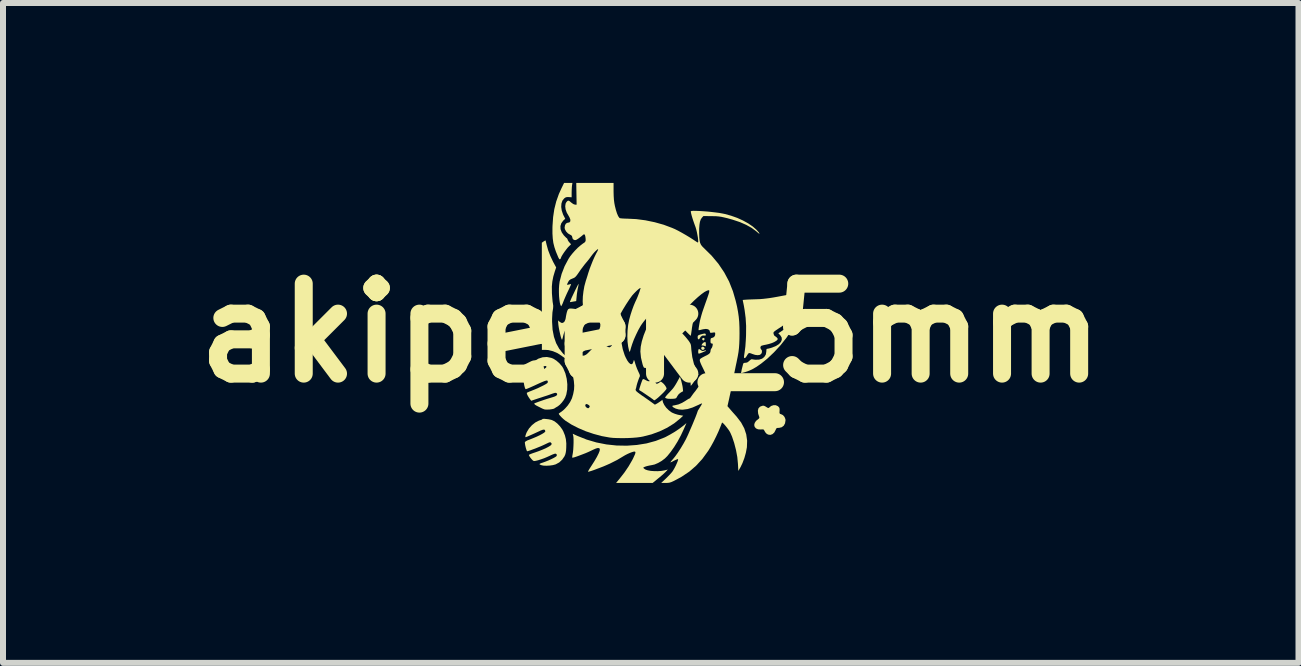
<source format=kicad_pcb>
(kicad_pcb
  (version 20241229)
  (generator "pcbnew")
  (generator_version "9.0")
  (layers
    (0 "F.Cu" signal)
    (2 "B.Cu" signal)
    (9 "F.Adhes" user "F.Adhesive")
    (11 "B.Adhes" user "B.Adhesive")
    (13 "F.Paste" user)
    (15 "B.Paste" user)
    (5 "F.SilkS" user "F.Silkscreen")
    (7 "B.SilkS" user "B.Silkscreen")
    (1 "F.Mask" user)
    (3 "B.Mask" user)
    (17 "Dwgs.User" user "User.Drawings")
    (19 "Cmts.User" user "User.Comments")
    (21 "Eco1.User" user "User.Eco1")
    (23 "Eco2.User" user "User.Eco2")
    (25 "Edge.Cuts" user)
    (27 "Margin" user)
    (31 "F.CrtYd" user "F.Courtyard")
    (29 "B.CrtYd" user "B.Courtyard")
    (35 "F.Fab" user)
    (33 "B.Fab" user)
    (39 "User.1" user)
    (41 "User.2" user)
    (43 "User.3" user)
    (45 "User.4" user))
  (footprint "akipeek_5mm"
    (layer "F.Cu")
    (at 7.8 2.501)
    (property "Reference" "akipeek_5mm" (at 0 0 0) (layer "F.SilkS") (effects (font (size 1.5 1.5) (thickness 0.3))))
    (attr board_only exclude_from_pos_files exclude_from_bom)
    (fp_poly (pts (xy 0.895 0.09) (xy 0.896 0.109) (xy 0.895 0.112) (xy 0.884 0.126) (xy 0.868 0.121) (xy 0.861 0.114) (xy 0.856 0.099) (xy 0.865 0.088) (xy 0.882 0.082)) (stroke (width 0) (type solid)) (fill yes) (layer "F.SilkS"))
    (fp_poly (pts (xy 0.877 0.231) (xy 0.894 0.244) (xy 0.899 0.259) (xy 0.892 0.271) (xy 0.877 0.281) (xy 0.866 0.283) (xy 0.857 0.279) (xy 0.852 0.277) (xy 0.842 0.264) (xy 0.842 0.246) (xy 0.854 0.232) (xy 0.856 0.23)) (stroke (width 0) (type solid)) (fill yes) (layer "F.SilkS"))
    (fp_poly (pts (xy 0.186 0.477) (xy 0.207 0.488) (xy 0.215 0.504) (xy 0.206 0.518) (xy 0.184 0.533) (xy 0.154 0.545) (xy 0.122 0.554) (xy 0.094 0.556) (xy 0.076 0.551) (xy 0.075 0.55) (xy 0.068 0.532) (xy 0.072 0.509) (xy 0.083 0.492) (xy 0.085 0.49) (xy 0.12 0.478) (xy 0.155 0.473)) (stroke (width 0) (type solid)) (fill yes) (layer "F.SilkS"))
    (fp_poly (pts (xy 0.917 0.161) (xy 0.918 0.184) (xy 0.918 0.187) (xy 0.918 0.211) (xy 0.916 0.223) (xy 0.916 0.224) (xy 0.906 0.22) (xy 0.89 0.214) (xy 0.867 0.209) (xy 0.853 0.21) (xy 0.846 0.209) (xy 0.851 0.196) (xy 0.856 0.186) (xy 0.874 0.165) (xy 0.895 0.154) (xy 0.895 0.154) (xy 0.91 0.153)) (stroke (width 0) (type solid)) (fill yes) (layer "F.SilkS"))
    (fp_poly (pts (xy 0.914 0.015) (xy 0.918 0.028) (xy 0.918 0.029) (xy 0.915 0.043) (xy 0.9 0.045) (xy 0.895 0.043) (xy 0.862 0.044) (xy 0.835 0.061) (xy 0.82 0.084) (xy 0.807 0.104) (xy 0.794 0.107) (xy 0.784 0.093) (xy 0.782 0.074) (xy 0.783 0.054) (xy 0.79 0.042) (xy 0.807 0.033) (xy 0.832 0.025) (xy 0.874 0.014) (xy 0.9 0.01)) (stroke (width 0) (type solid)) (fill yes) (layer "F.SilkS"))
    (fp_poly (pts (xy 0.814 0.271) (xy 0.83 0.283) (xy 0.856 0.3) (xy 0.884 0.299) (xy 0.899 0.293) (xy 0.915 0.288) (xy 0.918 0.293) (xy 0.916 0.303) (xy 0.915 0.303) (xy 0.904 0.306) (xy 0.882 0.316) (xy 0.857 0.327) (xy 0.828 0.338) (xy 0.806 0.345) (xy 0.797 0.345) (xy 0.792 0.33) (xy 0.791 0.306) (xy 0.794 0.283) (xy 0.8 0.269) (xy 0.801 0.269)) (stroke (width 0) (type solid)) (fill yes) (layer "F.SilkS"))
    (fp_poly (pts (xy -1.202 -0.819) (xy -1.204 -0.807) (xy -1.208 -0.781) (xy -1.215 -0.747) (xy -1.216 -0.745) (xy -1.224 -0.699) (xy -1.232 -0.646) (xy -1.236 -0.605) (xy -1.243 -0.531) (xy -1.296 -0.522) (xy -1.324 -0.517) (xy -1.344 -0.514) (xy -1.348 -0.514) (xy -1.344 -0.527) (xy -1.334 -0.552) (xy -1.319 -0.587) (xy -1.3 -0.627) (xy -1.279 -0.671) (xy -1.258 -0.715) (xy -1.238 -0.754) (xy -1.222 -0.787) (xy -1.209 -0.81) (xy -1.203 -0.819)) (stroke (width 0) (type solid)) (fill yes) (layer "F.SilkS"))
    (fp_poly (pts (xy 0.748 -0.381) (xy 0.731 -0.312) (xy 0.714 -0.234) (xy 0.699 -0.156) (xy 0.687 -0.085) (xy 0.683 -0.051) (xy 0.677 -0.01) (xy 0.672 0.023) (xy 0.668 0.043) (xy 0.665 0.047) (xy 0.657 0.04) (xy 0.637 0.022) (xy 0.61 -0.005) (xy 0.579 -0.037) (xy 0.547 -0.069) (xy 0.522 -0.096) (xy 0.504 -0.115) (xy 0.498 -0.123) (xy 0.504 -0.132) (xy 0.521 -0.152) (xy 0.546 -0.181) (xy 0.577 -0.216) (xy 0.61 -0.253) (xy 0.644 -0.291) (xy 0.675 -0.325) (xy 0.702 -0.354) (xy 0.722 -0.375) (xy 0.728 -0.381) (xy 0.755 -0.405)) (stroke (width 0) (type solid)) (fill yes) (layer "F.SilkS"))
    (fp_poly (pts (xy 0.508 0.797) (xy 0.519 0.841) (xy 0.529 0.886) (xy 0.534 0.918) (xy 0.539 0.972) (xy 0.5 0.994) (xy 0.468 1.019) (xy 0.446 1.049) (xy 0.433 1.073) (xy 0.422 1.088) (xy 0.42 1.089) (xy 0.401 1.095) (xy 0.37 1.098) (xy 0.333 1.099) (xy 0.297 1.098) (xy 0.278 1.096) (xy 0.254 1.089) (xy 0.24 1.08) (xy 0.239 1.077) (xy 0.246 1.065) (xy 0.263 1.043) (xy 0.288 1.015) (xy 0.304 0.999) (xy 0.341 0.959) (xy 0.37 0.926) (xy 0.394 0.893) (xy 0.418 0.855) (xy 0.446 0.806) (xy 0.448 0.802) (xy 0.487 0.73)) (stroke (width 0) (type solid)) (fill yes) (layer "F.SilkS"))
    (fp_poly (pts (xy -1.258 -0.061) (xy -1.242 -0.058) (xy -1.198 -0.046) (xy -1.172 -0.031) (xy -1.166 -0.016) (xy -1.171 -0.007) (xy -1.179 0.014) (xy -1.18 0.036) (xy -1.171 0.059) (xy -1.151 0.067) (xy -1.126 0.061) (xy -1.108 0.048) (xy -1.09 0.034) (xy -1.078 0.034) (xy -1.069 0.04) (xy -1.054 0.057) (xy -1.036 0.084) (xy -1.018 0.116) (xy -1.003 0.145) (xy -0.997 0.165) (xy -0.997 0.167) (xy -1.003 0.183) (xy -1.021 0.207) (xy -1.047 0.236) (xy -1.076 0.266) (xy -1.104 0.293) (xy -1.129 0.313) (xy -1.146 0.322) (xy -1.148 0.322) (xy -1.171 0.317) (xy -1.192 0.305) (xy -1.21 0.293) (xy -1.24 0.274) (xy -1.278 0.251) (xy -1.314 0.228) (xy -1.412 0.169) (xy -1.409 0.131) (xy -1.403 0.09) (xy -1.391 0.042) (xy -1.377 -0.005) (xy -1.362 -0.041) (xy -1.362 -0.041) (xy -1.349 -0.058) (xy -1.33 -0.067) (xy -1.301 -0.068)) (stroke (width 0) (type solid)) (fill yes) (layer "F.SilkS"))
    (fp_poly (pts (xy -1.293 -0.404) (xy -1.263 -0.4) (xy -1.247 -0.393) (xy -1.238 -0.379) (xy -1.231 -0.355) (xy -1.226 -0.327) (xy -1.227 -0.311) (xy -1.237 -0.299) (xy -1.248 -0.29) (xy -1.284 -0.26) (xy -1.32 -0.223) (xy -1.351 -0.187) (xy -1.372 -0.156) (xy -1.372 -0.155) (xy -1.401 -0.098) (xy -1.423 -0.054) (xy -1.438 -0.02) (xy -1.449 0.009) (xy -1.457 0.037) (xy -1.46 0.049) (xy -1.468 0.081) (xy -1.475 0.105) (xy -1.479 0.114) (xy -1.484 0.109) (xy -1.492 0.089) (xy -1.499 0.067) (xy -1.511 0.019) (xy -1.523 -0.034) (xy -1.533 -0.087) (xy -1.54 -0.134) (xy -1.543 -0.169) (xy -1.544 -0.174) (xy -1.544 -0.209) (xy -1.521 -0.187) (xy -1.491 -0.168) (xy -1.464 -0.168) (xy -1.441 -0.186) (xy -1.433 -0.201) (xy -1.422 -0.228) (xy -1.417 -0.252) (xy -1.417 -0.255) (xy -1.414 -0.274) (xy -1.408 -0.305) (xy -1.401 -0.337) (xy -1.39 -0.373) (xy -1.377 -0.395) (xy -1.357 -0.406) (xy -1.326 -0.407)) (stroke (width 0) (type solid)) (fill yes) (layer "F.SilkS"))
    (fp_poly (pts (xy -1.754 -1.542) (xy -1.751 -1.532) (xy -1.745 -1.507) (xy -1.737 -1.473) (xy -1.736 -1.469) (xy -1.711 -1.379) (xy -1.674 -1.283) (xy -1.629 -1.188) (xy -1.619 -1.169) (xy -1.577 -1.092) (xy -1.599 -1.027) (xy -1.625 -0.939) (xy -1.641 -0.857) (xy -1.649 -0.774) (xy -1.648 -0.681) (xy -1.648 -0.664) (xy -1.644 -0.611) (xy -1.64 -0.561) (xy -1.636 -0.519) (xy -1.631 -0.49) (xy -1.631 -0.488) (xy -1.626 -0.452) (xy -1.628 -0.413) (xy -1.633 -0.381) (xy -1.639 -0.344) (xy -1.642 -0.293) (xy -1.645 -0.234) (xy -1.645 -0.186) (xy -1.637 -0.054) (xy -1.614 0.065) (xy -1.578 0.17) (xy -1.527 0.263) (xy -1.461 0.345) (xy -1.402 0.398) (xy -1.381 0.417) (xy -1.377 0.427) (xy -1.39 0.429) (xy -1.421 0.423) (xy -1.44 0.414) (xy -1.466 0.397) (xy -1.48 0.386) (xy -1.551 0.339) (xy -1.63 0.305) (xy -1.712 0.285) (xy -1.765 0.282) (xy -1.815 0.283) (xy -1.816 -0.611) (xy -1.816 -1.504) (xy -1.787 -1.525) (xy -1.767 -1.537) (xy -1.755 -1.542)) (stroke (width 0) (type solid)) (fill yes) (layer "F.SilkS"))
    (fp_poly (pts (xy 0.049 0.761) (xy 0.059 0.762) (xy 0.071 0.766) (xy 0.076 0.78) (xy 0.075 0.797) (xy 0.079 0.83) (xy 0.092 0.846) (xy 0.114 0.845) (xy 0.137 0.832) (xy 0.167 0.81) (xy 0.195 0.83) (xy 0.218 0.851) (xy 0.24 0.878) (xy 0.257 0.906) (xy 0.264 0.927) (xy 0.264 0.927) (xy 0.257 0.942) (xy 0.238 0.965) (xy 0.211 0.995) (xy 0.178 1.027) (xy 0.144 1.059) (xy 0.111 1.088) (xy 0.083 1.11) (xy 0.064 1.122) (xy 0.058 1.123) (xy 0.046 1.116) (xy 0.044 1.114) (xy 0.035 1.106) (xy 0.012 1.09) (xy -0.019 1.068) (xy -0.057 1.042) (xy -0.098 1.014) (xy -0.138 0.987) (xy -0.175 0.964) (xy -0.193 0.952) (xy -0.192 0.942) (xy -0.186 0.919) (xy -0.176 0.888) (xy -0.165 0.853) (xy -0.153 0.819) (xy -0.143 0.792) (xy -0.135 0.776) (xy -0.134 0.774) (xy -0.124 0.769) (xy -0.106 0.775) (xy -0.082 0.788) (xy -0.048 0.804) (xy -0.024 0.806) (xy -0.008 0.792) (xy 0.000282 0.776) (xy 0.012 0.757) (xy 0.025 0.756)) (stroke (width 0) (type solid)) (fill yes) (layer "F.SilkS"))
    (fp_poly (pts (xy 0.459 -0.049) (xy 0.461 -0.048) (xy 0.482 -0.032) (xy 0.512 -0.005) (xy 0.546 0.029) (xy 0.581 0.068) (xy 0.612 0.106) (xy 0.629 0.127) (xy 0.648 0.155) (xy 0.661 0.177) (xy 0.669 0.199) (xy 0.673 0.228) (xy 0.676 0.269) (xy 0.677 0.281) (xy 0.692 0.402) (xy 0.72 0.517) (xy 0.759 0.618) (xy 0.794 0.693) (xy 0.751 0.764) (xy 0.729 0.8) (xy 0.707 0.833) (xy 0.69 0.855) (xy 0.688 0.859) (xy 0.667 0.883) (xy 0.662 0.803) (xy 0.658 0.755) (xy 0.65 0.717) (xy 0.635 0.678) (xy 0.623 0.652) (xy 0.576 0.576) (xy 0.518 0.506) (xy 0.452 0.447) (xy 0.426 0.428) (xy 0.377 0.401) (xy 0.322 0.377) (xy 0.267 0.361) (xy 0.22 0.352) (xy 0.209 0.352) (xy 0.186 0.35) (xy 0.178 0.342) (xy 0.183 0.324) (xy 0.196 0.301) (xy 0.212 0.276) (xy 0.233 0.242) (xy 0.255 0.206) (xy 0.256 0.205) (xy 0.278 0.171) (xy 0.308 0.128) (xy 0.341 0.081) (xy 0.369 0.042) (xy 0.4 0.001) (xy 0.423 -0.027) (xy 0.438 -0.043) (xy 0.45 -0.05)) (stroke (width 0) (type solid)) (fill yes) (layer "F.SilkS"))
    (fp_poly (pts (xy -1.313 -2.456) (xy -1.316 -2.422) (xy -1.318 -2.379) (xy -1.319 -2.336) (xy -1.319 -2.262) (xy -1.366 -2.265) (xy -1.399 -2.265) (xy -1.422 -2.258) (xy -1.444 -2.242) (xy -1.473 -2.206) (xy -1.489 -2.158) (xy -1.493 -2.101) (xy -1.484 -2.04) (xy -1.463 -1.978) (xy -1.456 -1.962) (xy -1.426 -1.904) (xy -1.459 -1.873) (xy -1.491 -1.83) (xy -1.506 -1.782) (xy -1.504 -1.73) (xy -1.484 -1.677) (xy -1.451 -1.629) (xy -1.428 -1.605) (xy -1.409 -1.586) (xy -1.4 -1.58) (xy -1.388 -1.565) (xy -1.387 -1.558) (xy -1.381 -1.543) (xy -1.366 -1.52) (xy -1.358 -1.511) (xy -1.329 -1.478) (xy -1.363 -1.445) (xy -1.386 -1.421) (xy -1.411 -1.389) (xy -1.438 -1.353) (xy -1.462 -1.318) (xy -1.481 -1.287) (xy -1.493 -1.265) (xy -1.495 -1.257) (xy -1.502 -1.239) (xy -1.509 -1.231) (xy -1.518 -1.227) (xy -1.527 -1.234) (xy -1.539 -1.255) (xy -1.547 -1.273) (xy -1.581 -1.355) (xy -1.606 -1.429) (xy -1.624 -1.501) (xy -1.634 -1.576) (xy -1.639 -1.658) (xy -1.639 -1.753) (xy -1.638 -1.783) (xy -1.628 -1.93) (xy -1.608 -2.064) (xy -1.576 -2.192) (xy -1.532 -2.316) (xy -1.489 -2.411) (xy -1.445 -2.501) (xy -1.376 -2.501) (xy -1.306 -2.501)) (stroke (width 0) (type solid)) (fill yes) (layer "F.SilkS"))
    (fp_poly (pts (xy 2.084 1.205) (xy 2.118 1.22) (xy 2.126 1.227) (xy 2.142 1.245) (xy 2.148 1.266) (xy 2.148 1.296) (xy 2.148 1.3) (xy 2.146 1.328) (xy 2.15 1.344) (xy 2.16 1.351) (xy 2.171 1.354) (xy 2.204 1.37) (xy 2.23 1.4) (xy 2.245 1.437) (xy 2.247 1.457) (xy 2.239 1.507) (xy 2.218 1.546) (xy 2.184 1.572) (xy 2.14 1.583) (xy 2.134 1.583) (xy 2.108 1.584) (xy 2.094 1.592) (xy 2.084 1.613) (xy 2.082 1.618) (xy 2.059 1.661) (xy 2.029 1.688) (xy 1.994 1.7) (xy 1.957 1.695) (xy 1.932 1.681) (xy 1.91 1.657) (xy 1.896 1.633) (xy 1.888 1.617) (xy 1.877 1.609) (xy 1.856 1.608) (xy 1.836 1.61) (xy 1.789 1.607) (xy 1.755 1.592) (xy 1.733 1.567) (xy 1.725 1.535) (xy 1.733 1.501) (xy 1.756 1.466) (xy 1.781 1.446) (xy 1.806 1.425) (xy 1.811 1.409) (xy 1.811 1.407) (xy 1.791 1.347) (xy 1.786 1.297) (xy 1.795 1.259) (xy 1.819 1.232) (xy 1.833 1.225) (xy 1.864 1.214) (xy 1.887 1.214) (xy 1.911 1.225) (xy 1.927 1.235) (xy 1.95 1.249) (xy 1.964 1.252) (xy 1.973 1.246) (xy 1.975 1.244) (xy 2.007 1.218) (xy 2.045 1.205)) (stroke (width 0) (type solid)) (fill yes) (layer "F.SilkS"))
    (fp_poly (pts (xy 2.423 -0.176) (xy 2.351 -0.049) (xy 2.263 0.08) (xy 2.164 0.205) (xy 2.055 0.323) (xy 1.942 0.43) (xy 1.841 0.511) (xy 1.762 0.566) (xy 1.689 0.608) (xy 1.619 0.638) (xy 1.571 0.654) (xy 1.505 0.672) (xy 1.511 0.642) (xy 1.517 0.608) (xy 1.524 0.581) (xy 1.532 0.55) (xy 1.538 0.525) (xy 1.545 0.506) (xy 1.56 0.499) (xy 1.577 0.498) (xy 1.607 0.493) (xy 1.635 0.473) (xy 1.642 0.466) (xy 1.663 0.448) (xy 1.68 0.439) (xy 1.685 0.438) (xy 1.7 0.441) (xy 1.727 0.445) (xy 1.747 0.447) (xy 1.807 0.445) (xy 1.857 0.429) (xy 1.894 0.399) (xy 1.919 0.359) (xy 1.927 0.309) (xy 1.927 0.307) (xy 1.928 0.28) (xy 1.933 0.267) (xy 1.945 0.264) (xy 1.945 0.264) (xy 1.964 0.261) (xy 1.994 0.253) (xy 2.023 0.244) (xy 2.089 0.217) (xy 2.138 0.186) (xy 2.17 0.151) (xy 2.185 0.115) (xy 2.183 0.078) (xy 2.161 0.041) (xy 2.152 0.031) (xy 2.127 0.006) (xy 2.15 -0.009) (xy 2.177 -0.027) (xy 2.211 -0.052) (xy 2.249 -0.081) (xy 2.288 -0.11) (xy 2.323 -0.138) (xy 2.352 -0.161) (xy 2.37 -0.176) (xy 2.373 -0.179) (xy 2.389 -0.195) (xy 2.413 -0.217) (xy 2.425 -0.227) (xy 2.464 -0.257)) (stroke (width 0) (type solid)) (fill yes) (layer "F.SilkS"))
    (fp_poly (pts (xy 2.495 -0.665) (xy 2.498 -0.639) (xy 2.5 -0.598) (xy 2.501 -0.546) (xy 2.501 -0.53) (xy 2.501 -0.385) (xy 2.415 -0.302) (xy 2.35 -0.239) (xy 2.29 -0.187) (xy 2.23 -0.14) (xy 2.163 -0.094) (xy 2.13 -0.073) (xy 2.091 -0.047) (xy 2.066 -0.029) (xy 2.052 -0.016) (xy 2.046 -0.005) (xy 2.046 0.007) (xy 2.048 0.014) (xy 2.055 0.036) (xy 2.063 0.047) (xy 2.063 0.047) (xy 2.076 0.056) (xy 2.096 0.071) (xy 2.097 0.072) (xy 2.114 0.09) (xy 2.116 0.104) (xy 2.112 0.114) (xy 2.094 0.131) (xy 2.062 0.15) (xy 2.019 0.169) (xy 1.971 0.184) (xy 1.921 0.196) (xy 1.92 0.196) (xy 1.884 0.203) (xy 1.855 0.211) (xy 1.839 0.217) (xy 1.839 0.217) (xy 1.828 0.237) (xy 1.831 0.26) (xy 1.841 0.274) (xy 1.854 0.296) (xy 1.853 0.325) (xy 1.841 0.35) (xy 1.818 0.366) (xy 1.783 0.371) (xy 1.74 0.366) (xy 1.695 0.351) (xy 1.667 0.34) (xy 1.644 0.335) (xy 1.636 0.336) (xy 1.624 0.347) (xy 1.608 0.37) (xy 1.602 0.381) (xy 1.587 0.404) (xy 1.572 0.418) (xy 1.567 0.42) (xy 1.558 0.417) (xy 1.555 0.406) (xy 1.556 0.382) (xy 1.558 0.369) (xy 1.564 0.33) (xy 1.57 0.284) (xy 1.574 0.254) (xy 1.578 0.222) (xy 1.581 0.176) (xy 1.585 0.12) (xy 1.588 0.06) (xy 1.589 0.026) (xy 1.59 -0.117) (xy 1.582 -0.25) (xy 1.565 -0.381) (xy 1.553 -0.451) (xy 1.545 -0.491) (xy 1.538 -0.524) (xy 1.534 -0.545) (xy 1.534 -0.55) (xy 1.543 -0.551) (xy 1.569 -0.553) (xy 1.608 -0.556) (xy 1.657 -0.558) (xy 1.712 -0.56) (xy 1.77 -0.562) (xy 1.823 -0.564) (xy 1.873 -0.568) (xy 1.925 -0.574) (xy 1.98 -0.581) (xy 2.043 -0.591) (xy 2.116 -0.604) (xy 2.201 -0.62) (xy 2.303 -0.639) (xy 2.304 -0.639) (xy 2.361 -0.65) (xy 2.411 -0.66) (xy 2.452 -0.667) (xy 2.48 -0.672) (xy 2.492 -0.674)) (stroke (width 0) (type solid)) (fill yes) (layer "F.SilkS"))
    (fp_poly (pts (xy 0.551 1.604) (xy 0.502 1.709) (xy 0.448 1.809) (xy 0.391 1.901) (xy 0.333 1.983) (xy 0.277 2.052) (xy 0.236 2.093) (xy 0.182 2.134) (xy 0.123 2.168) (xy 0.065 2.193) (xy 0.021 2.203) (xy -0.023 2.211) (xy -0.063 2.22) (xy -0.097 2.231) (xy -0.118 2.241) (xy -0.125 2.249) (xy -0.114 2.26) (xy -0.093 2.275) (xy -0.083 2.28) (xy -0.049 2.291) (xy -0.001 2.3) (xy 0.056 2.304) (xy 0.115 2.305) (xy 0.173 2.301) (xy 0.222 2.293) (xy 0.223 2.293) (xy 0.285 2.278) (xy 0.248 2.317) (xy 0.224 2.34) (xy 0.191 2.37) (xy 0.152 2.403) (xy 0.121 2.428) (xy 0.032 2.501) (xy -0.273 2.501) (xy -0.578 2.501) (xy -0.515 2.425) (xy -0.438 2.326) (xy -0.369 2.224) (xy -0.312 2.126) (xy -0.296 2.096) (xy -0.275 2.05) (xy -0.261 2.019) (xy -0.256 1.998) (xy -0.256 1.986) (xy -0.263 1.979) (xy -0.263 1.979) (xy -0.279 1.978) (xy -0.306 1.985) (xy -0.342 1.998) (xy -0.381 2.015) (xy -0.417 2.033) (xy -0.435 2.043) (xy -0.559 2.117) (xy -0.682 2.179) (xy -0.743 2.206) (xy -0.79 2.226) (xy -0.842 2.246) (xy -0.895 2.266) (xy -0.945 2.285) (xy -0.989 2.3) (xy -1.023 2.31) (xy -1.043 2.315) (xy -1.046 2.315) (xy -1.044 2.308) (xy -1.034 2.287) (xy -1.016 2.257) (xy -0.995 2.225) (xy -0.94 2.139) (xy -0.898 2.067) (xy -0.869 2.009) (xy -0.852 1.966) (xy -0.849 1.937) (xy -0.855 1.925) (xy -0.869 1.919) (xy -0.891 1.92) (xy -0.922 1.93) (xy -0.967 1.95) (xy -1.006 1.969) (xy -1.041 1.985) (xy -1.085 2.004) (xy -1.134 2.023) (xy -1.184 2.042) (xy -1.23 2.059) (xy -1.269 2.072) (xy -1.296 2.079) (xy -1.306 2.081) (xy -1.31 2.072) (xy -1.307 2.046) (xy -1.303 2.025) (xy -1.297 1.989) (xy -1.292 1.942) (xy -1.289 1.887) (xy -1.287 1.832) (xy -1.287 1.78) (xy -1.289 1.738) (xy -1.293 1.712) (xy -1.301 1.681) (xy -1.225 1.716) (xy -1.069 1.778) (xy -0.906 1.826) (xy -0.739 1.859) (xy -0.569 1.877) (xy -0.399 1.88) (xy -0.232 1.868) (xy -0.07 1.842) (xy 0.084 1.8) (xy 0.23 1.743) (xy 0.251 1.733) (xy 0.325 1.693) (xy 0.403 1.647) (xy 0.477 1.597) (xy 0.542 1.548) (xy 0.549 1.542) (xy 0.595 1.503)) (stroke (width 0) (type solid)) (fill yes) (layer "F.SilkS"))
    (fp_poly (pts (xy -1.744 1.435) (xy -1.708 1.439) (xy -1.673 1.446) (xy -1.649 1.452) (xy -1.604 1.474) (xy -1.558 1.51) (xy -1.514 1.556) (xy -1.476 1.608) (xy -1.458 1.641) (xy -1.431 1.708) (xy -1.415 1.772) (xy -1.408 1.842) (xy -1.409 1.911) (xy -1.412 1.962) (xy -1.418 1.999) (xy -1.426 2.029) (xy -1.439 2.058) (xy -1.477 2.113) (xy -1.526 2.159) (xy -1.583 2.19) (xy -1.591 2.193) (xy -1.632 2.204) (xy -1.682 2.211) (xy -1.734 2.214) (xy -1.782 2.213) (xy -1.817 2.207) (xy -1.844 2.197) (xy -1.855 2.189) (xy -1.849 2.18) (xy -1.825 2.17) (xy -1.795 2.16) (xy -1.751 2.144) (xy -1.704 2.125) (xy -1.658 2.104) (xy -1.617 2.084) (xy -1.587 2.066) (xy -1.574 2.057) (xy -1.565 2.038) (xy -1.572 2.02) (xy -1.591 2.012) (xy -1.592 2.012) (xy -1.61 2.017) (xy -1.64 2.028) (xy -1.675 2.044) (xy -1.681 2.047) (xy -1.727 2.068) (xy -1.777 2.089) (xy -1.828 2.107) (xy -1.875 2.122) (xy -1.915 2.132) (xy -1.943 2.136) (xy -1.951 2.135) (xy -1.967 2.125) (xy -1.988 2.103) (xy -2.009 2.077) (xy -2.025 2.052) (xy -2.032 2.035) (xy -2.032 2.034) (xy -2.023 2.028) (xy -1.999 2.017) (xy -1.964 2.004) (xy -1.922 1.99) (xy -1.863 1.969) (xy -1.805 1.946) (xy -1.752 1.923) (xy -1.708 1.9) (xy -1.675 1.88) (xy -1.657 1.864) (xy -1.657 1.863) (xy -1.652 1.846) (xy -1.662 1.831) (xy -1.671 1.824) (xy -1.682 1.823) (xy -1.7 1.828) (xy -1.728 1.841) (xy -1.755 1.854) (xy -1.787 1.869) (xy -1.829 1.888) (xy -1.876 1.907) (xy -1.925 1.927) (xy -1.972 1.944) (xy -2.012 1.959) (xy -2.043 1.969) (xy -2.06 1.973) (xy -2.06 1.973) (xy -2.067 1.965) (xy -2.075 1.942) (xy -2.084 1.912) (xy -2.092 1.878) (xy -2.097 1.848) (xy -2.099 1.826) (xy -2.099 1.822) (xy -2.087 1.809) (xy -2.059 1.793) (xy -2.022 1.779) (xy -1.962 1.755) (xy -1.905 1.731) (xy -1.854 1.707) (xy -1.811 1.684) (xy -1.779 1.664) (xy -1.761 1.648) (xy -1.758 1.642) (xy -1.763 1.621) (xy -1.777 1.611) (xy -1.803 1.615) (xy -1.842 1.63) (xy -1.847 1.633) (xy -1.884 1.65) (xy -1.927 1.67) (xy -1.971 1.69) (xy -2.012 1.708) (xy -2.048 1.724) (xy -2.074 1.734) (xy -2.086 1.739) (xy -2.086 1.739) (xy -2.091 1.731) (xy -2.088 1.709) (xy -2.077 1.678) (xy -2.067 1.654) (xy -2.03 1.593) (xy -1.981 1.538) (xy -1.925 1.493) (xy -1.865 1.462) (xy -1.834 1.452) (xy -1.815 1.445) (xy -1.807 1.438) (xy -1.799 1.433) (xy -1.776 1.432)) (stroke (width 0) (type solid)) (fill yes) (layer "F.SilkS"))
    (fp_poly (pts (xy -1.661 0.415) (xy -1.627 0.428) (xy -1.573 0.462) (xy -1.521 0.508) (xy -1.477 0.56) (xy -1.458 0.592) (xy -1.423 0.676) (xy -1.401 0.765) (xy -1.391 0.857) (xy -1.393 0.945) (xy -1.408 1.027) (xy -1.428 1.081) (xy -1.452 1.121) (xy -1.483 1.162) (xy -1.517 1.198) (xy -1.55 1.224) (xy -1.557 1.228) (xy -1.583 1.243) (xy -1.605 1.258) (xy -1.605 1.258) (xy -1.623 1.266) (xy -1.654 1.272) (xy -1.692 1.277) (xy -1.73 1.278) (xy -1.762 1.277) (xy -1.778 1.273) (xy -1.806 1.262) (xy -1.84 1.245) (xy -1.876 1.227) (xy -1.907 1.211) (xy -1.927 1.198) (xy -1.929 1.197) (xy -1.941 1.184) (xy -1.942 1.176) (xy -1.93 1.17) (xy -1.903 1.16) (xy -1.866 1.146) (xy -1.822 1.131) (xy -1.776 1.115) (xy -1.73 1.1) (xy -1.71 1.094) (xy -1.67 1.082) (xy -1.632 1.07) (xy -1.609 1.063) (xy -1.578 1.049) (xy -1.561 1.032) (xy -1.562 1.014) (xy -1.569 1.005) (xy -1.581 0.999) (xy -1.597 0.999) (xy -1.623 1.007) (xy -1.645 1.014) (xy -1.686 1.029) (xy -1.729 1.044) (xy -1.754 1.052) (xy -1.785 1.062) (xy -1.827 1.076) (xy -1.874 1.091) (xy -1.898 1.099) (xy -1.993 1.131) (xy -2.016 1.101) (xy -2.039 1.067) (xy -2.057 1.035) (xy -2.066 1.011) (xy -2.065 0.997) (xy -2.065 0.997) (xy -2.052 0.991) (xy -2.026 0.979) (xy -1.992 0.966) (xy -1.983 0.962) (xy -1.933 0.942) (xy -1.881 0.92) (xy -1.832 0.896) (xy -1.787 0.874) (xy -1.751 0.854) (xy -1.727 0.838) (xy -1.719 0.83) (xy -1.716 0.809) (xy -1.72 0.801) (xy -1.725 0.795) (xy -1.734 0.793) (xy -1.749 0.796) (xy -1.772 0.803) (xy -1.804 0.816) (xy -1.85 0.836) (xy -1.909 0.863) (xy -1.941 0.878) (xy -1.988 0.899) (xy -2.029 0.917) (xy -2.061 0.93) (xy -2.081 0.937) (xy -2.084 0.938) (xy -2.093 0.929) (xy -2.101 0.906) (xy -2.109 0.875) (xy -2.115 0.841) (xy -2.118 0.809) (xy -2.116 0.786) (xy -2.116 0.783) (xy -2.104 0.771) (xy -2.074 0.752) (xy -2.026 0.726) (xy -1.96 0.693) (xy -1.924 0.675) (xy -1.857 0.643) (xy -1.807 0.617) (xy -1.771 0.596) (xy -1.749 0.581) (xy -1.74 0.569) (xy -1.74 0.559) (xy -1.747 0.553) (xy -1.763 0.551) (xy -1.794 0.559) (xy -1.839 0.576) (xy -1.899 0.602) (xy -1.962 0.631) (xy -2.017 0.657) (xy -2.057 0.675) (xy -2.084 0.687) (xy -2.1 0.692) (xy -2.108 0.692) (xy -2.11 0.689) (xy -2.104 0.668) (xy -2.088 0.637) (xy -2.065 0.601) (xy -2.038 0.564) (xy -2.01 0.531) (xy -1.943 0.471) (xy -1.874 0.429) (xy -1.803 0.406) (xy -1.732 0.401)) (stroke (width 0) (type solid)) (fill yes) (layer "F.SilkS"))
    (fp_poly (pts (xy -0.483 -0.124) (xy -0.486 -0.1) (xy -0.489 -0.065) (xy -0.49 -0.059) (xy -0.496 0.05) (xy -0.488 0.162) (xy -0.467 0.271) (xy -0.435 0.371) (xy -0.419 0.407) (xy -0.391 0.46) (xy -0.364 0.497) (xy -0.339 0.518) (xy -0.318 0.522) (xy -0.301 0.509) (xy -0.289 0.478) (xy -0.289 0.477) (xy -0.284 0.457) (xy -0.279 0.453) (xy -0.272 0.466) (xy -0.263 0.495) (xy -0.258 0.514) (xy -0.245 0.553) (xy -0.228 0.598) (xy -0.209 0.641) (xy -0.192 0.677) (xy -0.183 0.7) (xy -0.181 0.716) (xy -0.184 0.73) (xy -0.189 0.739) (xy -0.199 0.764) (xy -0.212 0.8) (xy -0.225 0.839) (xy -0.235 0.875) (xy -0.24 0.899) (xy -0.245 0.921) (xy -0.249 0.931) (xy -0.253 0.944) (xy -0.25 0.958) (xy -0.239 0.973) (xy -0.217 0.992) (xy -0.183 1.018) (xy -0.145 1.045) (xy -0.099 1.076) (xy -0.054 1.108) (xy -0.013 1.137) (xy 0.012 1.155) (xy 0.069 1.196) (xy 0.105 1.177) (xy 0.135 1.158) (xy 0.164 1.138) (xy 0.167 1.136) (xy 0.193 1.114) (xy 0.205 1.159) (xy 0.225 1.201) (xy 0.257 1.246) (xy 0.299 1.288) (xy 0.344 1.322) (xy 0.365 1.333) (xy 0.404 1.349) (xy 0.45 1.363) (xy 0.479 1.369) (xy 0.541 1.38) (xy 0.491 1.427) (xy 0.39 1.508) (xy 0.275 1.58) (xy 0.148 1.641) (xy 0.012 1.691) (xy -0.128 1.727) (xy -0.171 1.735) (xy -0.232 1.743) (xy -0.307 1.749) (xy -0.389 1.753) (xy -0.474 1.754) (xy -0.555 1.753) (xy -0.628 1.75) (xy -0.685 1.744) (xy -0.817 1.72) (xy -0.951 1.684) (xy -1.082 1.64) (xy -1.206 1.587) (xy -1.32 1.529) (xy -1.418 1.466) (xy -1.424 1.462) (xy -1.456 1.436) (xy -1.487 1.407) (xy -1.512 1.38) (xy -1.529 1.358) (xy -1.534 1.346) (xy -1.526 1.339) (xy -1.507 1.325) (xy -1.489 1.313) (xy -1.462 1.292) (xy -1.429 1.261) (xy -1.397 1.225) (xy -1.387 1.213) (xy -1.092 1.213) (xy -1.082 1.234) (xy -1.073 1.242) (xy -1.05 1.255) (xy -1.034 1.253) (xy -1.022 1.237) (xy -1.017 1.223) (xy -1.027 1.208) (xy -1.036 1.201) (xy -1.057 1.189) (xy -1.075 1.185) (xy -1.089 1.195) (xy -1.092 1.213) (xy -1.387 1.213) (xy -1.386 1.213) (xy -1.345 1.153) (xy -1.314 1.09) (xy -1.293 1.018) (xy -1.279 0.944) (xy -1.276 0.878) (xy -1.282 0.802) (xy -1.296 0.721) (xy -1.317 0.642) (xy -1.343 0.572) (xy -1.366 0.52) (xy -1.307 0.515) (xy -1.262 0.507) (xy -1.22 0.491) (xy -1.186 0.471) (xy -1.164 0.449) (xy -1.158 0.43) (xy -1.158 0.419) (xy -1.162 0.41) (xy -1.172 0.401) (xy -1.192 0.39) (xy -1.224 0.375) (xy -1.253 0.362) (xy -1.283 0.345) (xy -1.316 0.324) (xy -1.35 0.299) (xy -1.38 0.275) (xy -1.403 0.254) (xy -1.416 0.238) (xy -1.416 0.231) (xy -1.407 0.234) (xy -1.384 0.247) (xy -1.351 0.266) (xy -1.31 0.291) (xy -1.29 0.304) (xy -1.235 0.338) (xy -1.192 0.362) (xy -1.158 0.376) (xy -1.131 0.38) (xy -1.107 0.376) (xy -1.084 0.365) (xy -1.074 0.359) (xy -1.055 0.343) (xy -1.027 0.316) (xy -0.993 0.281) (xy -0.958 0.242) (xy -0.953 0.237) (xy -0.917 0.196) (xy -0.892 0.169) (xy -0.874 0.153) (xy -0.862 0.147) (xy -0.854 0.147) (xy -0.851 0.15) (xy -0.835 0.161) (xy -0.808 0.178) (xy -0.774 0.199) (xy -0.764 0.204) (xy -0.73 0.225) (xy -0.707 0.236) (xy -0.692 0.24) (xy -0.68 0.237) (xy -0.669 0.23) (xy -0.652 0.214) (xy -0.645 0.2) (xy -0.641 0.188) (xy -0.63 0.163) (xy -0.614 0.128) (xy -0.594 0.085) (xy -0.572 0.039) (xy -0.55 -0.007) (xy -0.528 -0.051) (xy -0.509 -0.088) (xy -0.494 -0.117) (xy -0.485 -0.132) (xy -0.483 -0.134)) (stroke (width 0) (type solid)) (fill yes) (layer "F.SilkS"))
    (fp_poly (pts (xy -0.62 -2.357) (xy -0.618 -2.282) (xy -0.614 -2.22) (xy -0.607 -2.165) (xy -0.598 -2.118) (xy -0.581 -2.05) (xy -0.563 -1.993) (xy -0.544 -1.949) (xy -0.526 -1.922) (xy -0.517 -1.914) (xy -0.501 -1.911) (xy -0.469 -1.908) (xy -0.428 -1.906) (xy -0.389 -1.905) (xy -0.243 -1.898) (xy -0.09 -1.878) (xy 0.065 -1.846) (xy 0.215 -1.804) (xy 0.354 -1.752) (xy 0.401 -1.732) (xy 0.455 -1.705) (xy 0.519 -1.67) (xy 0.587 -1.631) (xy 0.653 -1.591) (xy 0.711 -1.554) (xy 0.736 -1.537) (xy 0.762 -1.52) (xy 0.781 -1.509) (xy 0.788 -1.508) (xy 0.792 -1.522) (xy 0.79 -1.551) (xy 0.786 -1.59) (xy 0.778 -1.635) (xy 0.769 -1.682) (xy 0.758 -1.727) (xy 0.747 -1.764) (xy 0.741 -1.78) (xy 0.726 -1.821) (xy 0.71 -1.867) (xy 0.695 -1.913) (xy 0.682 -1.957) (xy 0.673 -1.993) (xy 0.668 -2.019) (xy 0.668 -2.029) (xy 0.683 -2.034) (xy 0.714 -2.036) (xy 0.759 -2.035) (xy 0.814 -2.033) (xy 0.877 -2.029) (xy 0.944 -2.024) (xy 1.012 -2.017) (xy 1.079 -2.009) (xy 1.142 -2.001) (xy 1.197 -1.991) (xy 1.236 -1.983) (xy 1.341 -1.954) (xy 1.442 -1.918) (xy 1.537 -1.875) (xy 1.624 -1.827) (xy 1.699 -1.776) (xy 1.76 -1.723) (xy 1.799 -1.679) (xy 1.811 -1.66) (xy 1.813 -1.653) (xy 1.802 -1.658) (xy 1.779 -1.677) (xy 1.757 -1.696) (xy 1.681 -1.752) (xy 1.591 -1.802) (xy 1.486 -1.848) (xy 1.363 -1.889) (xy 1.281 -1.912) (xy 1.222 -1.926) (xy 1.176 -1.936) (xy 1.133 -1.942) (xy 1.089 -1.946) (xy 1.034 -1.947) (xy 1.013 -1.947) (xy 0.878 -1.949) (xy 0.85 -1.918) (xy 0.833 -1.891) (xy 0.82 -1.853) (xy 0.812 -1.803) (xy 0.807 -1.737) (xy 0.807 -1.661) (xy 0.809 -1.593) (xy 0.814 -1.542) (xy 0.823 -1.502) (xy 0.838 -1.469) (xy 0.86 -1.441) (xy 0.881 -1.42) (xy 1.014 -1.289) (xy 1.128 -1.153) (xy 1.225 -1.009) (xy 1.306 -0.857) (xy 1.37 -0.695) (xy 1.416 -0.536) (xy 1.439 -0.439) (xy 1.455 -0.352) (xy 1.467 -0.269) (xy 1.475 -0.185) (xy 1.479 -0.092) (xy 1.48 0.005) (xy 1.479 0.099) (xy 1.476 0.178) (xy 1.471 0.25) (xy 1.463 0.318) (xy 1.451 0.388) (xy 1.435 0.466) (xy 1.43 0.492) (xy 1.42 0.538) (xy 1.408 0.597) (xy 1.394 0.664) (xy 1.381 0.733) (xy 1.372 0.78) (xy 1.358 0.85) (xy 1.344 0.923) (xy 1.329 0.995) (xy 1.315 1.059) (xy 1.308 1.092) (xy 1.279 1.221) (xy 1.335 1.286) (xy 1.368 1.324) (xy 1.403 1.363) (xy 1.433 1.397) (xy 1.436 1.401) (xy 1.507 1.494) (xy 1.559 1.591) (xy 1.592 1.691) (xy 1.607 1.797) (xy 1.603 1.907) (xy 1.602 1.912) (xy 1.586 1.997) (xy 1.561 2.086) (xy 1.529 2.171) (xy 1.497 2.237) (xy 1.46 2.301) (xy 1.454 2.183) (xy 1.443 2.069) (xy 1.421 1.951) (xy 1.391 1.835) (xy 1.355 1.728) (xy 1.328 1.666) (xy 1.314 1.64) (xy 1.293 1.609) (xy 1.268 1.576) (xy 1.243 1.545) (xy 1.22 1.519) (xy 1.201 1.501) (xy 1.19 1.494) (xy 1.189 1.495) (xy 1.184 1.506) (xy 1.175 1.53) (xy 1.162 1.563) (xy 1.158 1.573) (xy 1.129 1.643) (xy 1.092 1.723) (xy 1.05 1.807) (xy 1.006 1.887) (xy 0.964 1.957) (xy 0.953 1.973) (xy 0.859 2.102) (xy 0.756 2.214) (xy 0.643 2.312) (xy 0.516 2.397) (xy 0.423 2.448) (xy 0.378 2.471) (xy 0.345 2.486) (xy 0.318 2.495) (xy 0.294 2.499) (xy 0.265 2.501) (xy 0.247 2.501) (xy 0.174 2.501) (xy 0.247 2.433) (xy 0.283 2.397) (xy 0.32 2.359) (xy 0.35 2.325) (xy 0.36 2.313) (xy 0.378 2.285) (xy 0.398 2.25) (xy 0.418 2.211) (xy 0.435 2.173) (xy 0.449 2.139) (xy 0.456 2.115) (xy 0.455 2.103) (xy 0.445 2.105) (xy 0.422 2.114) (xy 0.392 2.128) (xy 0.362 2.144) (xy 0.339 2.155) (xy 0.327 2.159) (xy 0.33 2.152) (xy 0.343 2.135) (xy 0.364 2.111) (xy 0.367 2.108) (xy 0.407 2.059) (xy 0.452 1.996) (xy 0.499 1.924) (xy 0.545 1.847) (xy 0.588 1.769) (xy 0.589 1.766) (xy 0.604 1.735) (xy 0.624 1.692) (xy 0.646 1.641) (xy 0.67 1.586) (xy 0.695 1.528) (xy 0.719 1.47) (xy 0.741 1.417) (xy 0.759 1.371) (xy 0.772 1.335) (xy 0.78 1.312) (xy 0.782 1.306) (xy 0.786 1.295) (xy 0.8 1.273) (xy 0.818 1.244) (xy 0.821 1.239) (xy 0.839 1.21) (xy 0.852 1.187) (xy 0.856 1.175) (xy 0.856 1.175) (xy 0.846 1.177) (xy 0.823 1.186) (xy 0.793 1.201) (xy 0.79 1.202) (xy 0.698 1.243) (xy 0.615 1.269) (xy 0.539 1.279) (xy 0.523 1.28) (xy 0.465 1.275) (xy 0.415 1.261) (xy 0.377 1.241) (xy 0.364 1.229) (xy 0.359 1.219) (xy 0.365 1.213) (xy 0.387 1.208) (xy 0.397 1.207) (xy 0.461 1.192) (xy 0.522 1.166) (xy 0.579 1.132) (xy 0.608 1.113) (xy 0.631 1.099) (xy 0.644 1.094) (xy 0.644 1.094) (xy 0.655 1.087) (xy 0.669 1.069) (xy 0.671 1.066) (xy 0.686 1.045) (xy 0.708 1.014) (xy 0.734 0.981) (xy 0.738 0.977) (xy 0.768 0.936) (xy 0.801 0.889) (xy 0.827 0.846) (xy 0.85 0.809) (xy 0.873 0.773) (xy 0.891 0.746) (xy 0.893 0.743) (xy 0.909 0.72) (xy 0.918 0.701) (xy 0.918 0.697) (xy 0.914 0.683) (xy 0.903 0.656) (xy 0.886 0.62) (xy 0.873 0.593) (xy 0.847 0.54) (xy 0.83 0.501) (xy 0.82 0.473) (xy 0.817 0.454) (xy 0.82 0.44) (xy 0.822 0.437) (xy 0.834 0.426) (xy 0.86 0.41) (xy 0.893 0.393) (xy 0.896 0.391) (xy 0.941 0.369) (xy 0.971 0.35) (xy 0.988 0.332) (xy 0.995 0.313) (xy 0.996 0.3) (xy 1.001 0.275) (xy 1.01 0.26) (xy 1.021 0.244) (xy 1.03 0.217) (xy 1.031 0.212) (xy 1.034 0.189) (xy 1.03 0.178) (xy 1.018 0.176) (xy 1.017 0.176) (xy 1.004 0.173) (xy 0.998 0.162) (xy 0.996 0.138) (xy 0.996 0.132) (xy 0.998 0.104) (xy 1.003 0.09) (xy 1.017 0.084) (xy 1.026 0.082) (xy 1.056 0.068) (xy 1.072 0.041) (xy 1.075 0.014) (xy 1.073 -0.002) (xy 1.067 -0.008) (xy 1.049 -0.008) (xy 1.031 -0.005) (xy 1.004 -0.002) (xy 0.991 -0.005) (xy 0.987 -0.014) (xy 0.987 -0.017) (xy 0.979 -0.044) (xy 0.955 -0.061) (xy 0.919 -0.067) (xy 0.872 -0.061) (xy 0.847 -0.055) (xy 0.819 -0.048) (xy 0.801 -0.046) (xy 0.797 -0.048) (xy 0.797 -0.059) (xy 0.8 -0.086) (xy 0.806 -0.123) (xy 0.812 -0.16) (xy 0.82 -0.202) (xy 0.831 -0.245) (xy 0.844 -0.293) (xy 0.86 -0.347) (xy 0.882 -0.411) (xy 0.909 -0.488) (xy 0.942 -0.58) (xy 0.942 -0.58) (xy 0.961 -0.636) (xy 0.973 -0.675) (xy 0.976 -0.7) (xy 0.973 -0.712) (xy 0.968 -0.713) (xy 0.938 -0.705) (xy 0.896 -0.683) (xy 0.846 -0.647) (xy 0.787 -0.598) (xy 0.721 -0.538) (xy 0.649 -0.466) (xy 0.572 -0.386) (xy 0.491 -0.296) (xy 0.489 -0.293) (xy 0.453 -0.253) (xy 0.419 -0.215) (xy 0.389 -0.183) (xy 0.37 -0.163) (xy 0.349 -0.141) (xy 0.335 -0.124) (xy 0.332 -0.117) (xy 0.327 -0.106) (xy 0.312 -0.083) (xy 0.291 -0.054) (xy 0.285 -0.045) (xy 0.183 0.099) (xy 0.098 0.235) (xy 0.03 0.364) (xy -0.021 0.485) (xy -0.054 0.598) (xy -0.055 0.601) (xy -0.062 0.63) (xy -0.072 0.603) (xy -0.083 0.584) (xy -0.099 0.582) (xy -0.099 0.582) (xy -0.109 0.581) (xy -0.119 0.57) (xy -0.129 0.546) (xy -0.136 0.524) (xy -0.163 0.412) (xy -0.173 0.309) (xy -0.167 0.229) (xy -0.149 0.141) (xy -0.118 0.04) (xy -0.074 -0.071) (xy -0.019 -0.193) (xy -0.003 -0.224) (xy 0.022 -0.275) (xy 0.044 -0.32) (xy 0.06 -0.356) (xy 0.07 -0.381) (xy 0.072 -0.39) (xy 0.062 -0.387) (xy 0.043 -0.371) (xy 0.016 -0.345) (xy -0.015 -0.311) (xy -0.05 -0.272) (xy -0.084 -0.23) (xy -0.117 -0.19) (xy -0.146 -0.151) (xy -0.167 -0.119) (xy -0.168 -0.118) (xy -0.207 -0.049) (xy -0.245 0.029) (xy -0.281 0.109) (xy -0.31 0.187) (xy -0.331 0.254) (xy -0.331 0.255) (xy -0.34 0.287) (xy -0.348 0.309) (xy -0.354 0.317) (xy -0.354 0.316) (xy -0.359 0.303) (xy -0.366 0.276) (xy -0.374 0.239) (xy -0.377 0.225) (xy -0.387 0.147) (xy -0.39 0.058) (xy -0.387 -0.037) (xy -0.377 -0.132) (xy -0.36 -0.219) (xy -0.356 -0.234) (xy -0.336 -0.306) (xy -0.312 -0.38) (xy -0.286 -0.451) (xy -0.26 -0.513) (xy -0.245 -0.545) (xy -0.232 -0.573) (xy -0.217 -0.609) (xy -0.202 -0.648) (xy -0.188 -0.686) (xy -0.178 -0.719) (xy -0.171 -0.741) (xy -0.17 -0.75) (xy -0.18 -0.747) (xy -0.2 -0.733) (xy -0.226 -0.711) (xy -0.254 -0.684) (xy -0.282 -0.655) (xy -0.306 -0.628) (xy -0.312 -0.621) (xy -0.36 -0.554) (xy -0.412 -0.475) (xy -0.464 -0.39) (xy -0.514 -0.301) (xy -0.562 -0.213) (xy -0.603 -0.129) (xy -0.637 -0.053) (xy -0.659 0.005) (xy -0.672 0.043) (xy -0.686 0.076) (xy -0.696 0.098) (xy -0.698 0.101) (xy -0.707 0.111) (xy -0.716 0.112) (xy -0.731 0.104) (xy -0.756 0.085) (xy -0.76 0.082) (xy -0.792 0.054) (xy -0.823 0.025) (xy -0.838 0.009) (xy -0.856 -0.013) (xy -0.863 -0.029) (xy -0.861 -0.047) (xy -0.855 -0.064) (xy -0.842 -0.106) (xy -0.84 -0.14) (xy -0.849 -0.172) (xy -0.872 -0.206) (xy -0.9 -0.238) (xy -0.933 -0.274) (xy -0.956 -0.294) (xy -0.969 -0.301) (xy -0.972 -0.295) (xy -0.97 -0.284) (xy -0.974 -0.264) (xy -0.995 -0.247) (xy -1.03 -0.235) (xy -1.073 -0.228) (xy -1.109 -0.227) (xy -1.13 -0.23) (xy -1.142 -0.239) (xy -1.151 -0.26) (xy -1.14 -0.279) (xy -1.114 -0.294) (xy -1.085 -0.305) (xy -1.103 -0.341) (xy -1.121 -0.39) (xy -1.131 -0.453) (xy -1.135 -0.528) (xy -1.132 -0.609) (xy -1.122 -0.694) (xy -1.107 -0.779) (xy -1.085 -0.86) (xy -1.084 -0.865) (xy -1.072 -0.901) (xy -1.057 -0.948) (xy -1.042 -0.998) (xy -1.036 -1.016) (xy -1.017 -1.073) (xy -0.992 -1.138) (xy -0.965 -1.206) (xy -0.937 -1.269) (xy -0.91 -1.324) (xy -0.893 -1.355) (xy -0.881 -1.379) (xy -0.877 -1.394) (xy -0.879 -1.397) (xy -0.893 -1.39) (xy -0.915 -1.37) (xy -0.942 -1.343) (xy -0.969 -1.311) (xy -0.994 -1.278) (xy -0.997 -1.274) (xy -1.021 -1.241) (xy -1.052 -1.202) (xy -1.077 -1.172) (xy -1.102 -1.142) (xy -1.134 -1.1) (xy -1.168 -1.055) (xy -1.191 -1.021) (xy -1.22 -0.979) (xy -1.242 -0.95) (xy -1.26 -0.931) (xy -1.277 -0.919) (xy -1.297 -0.91) (xy -1.308 -0.906) (xy -1.341 -0.891) (xy -1.362 -0.874) (xy -1.377 -0.85) (xy -1.389 -0.825) (xy -1.396 -0.808) (xy -1.397 -0.805) (xy -1.389 -0.803) (xy -1.368 -0.806) (xy -1.341 -0.814) (xy -1.334 -0.817) (xy -1.33 -0.812) (xy -1.336 -0.792) (xy -1.352 -0.756) (xy -1.372 -0.713) (xy -1.397 -0.661) (xy -1.422 -0.605) (xy -1.444 -0.554) (xy -1.457 -0.521) (xy -1.471 -0.486) (xy -1.484 -0.46) (xy -1.492 -0.446) (xy -1.494 -0.445) (xy -1.506 -0.467) (xy -1.516 -0.505) (xy -1.523 -0.554) (xy -1.529 -0.612) (xy -1.531 -0.674) (xy -1.531 -0.737) (xy -1.527 -0.797) (xy -1.52 -0.85) (xy -1.52 -0.853) (xy -1.486 -0.984) (xy -1.436 -1.113) (xy -1.371 -1.235) (xy -1.345 -1.275) (xy -1.309 -1.321) (xy -1.265 -1.371) (xy -1.217 -1.42) (xy -1.169 -1.461) (xy -1.13 -1.491) (xy -1.105 -1.507) (xy -1.091 -1.523) (xy -1.085 -1.542) (xy -1.086 -1.571) (xy -1.09 -1.605) (xy -1.098 -1.635) (xy -1.111 -1.645) (xy -1.128 -1.637) (xy -1.138 -1.627) (xy -1.151 -1.616) (xy -1.174 -1.598) (xy -1.199 -1.579) (xy -1.229 -1.559) (xy -1.249 -1.549) (xy -1.266 -1.548) (xy -1.277 -1.551) (xy -1.298 -1.563) (xy -1.306 -1.584) (xy -1.307 -1.591) (xy -1.314 -1.616) (xy -1.331 -1.632) (xy -1.343 -1.637) (xy -1.381 -1.66) (xy -1.412 -1.693) (xy -1.432 -1.731) (xy -1.436 -1.757) (xy -1.43 -1.794) (xy -1.415 -1.822) (xy -1.392 -1.836) (xy -1.384 -1.837) (xy -1.356 -1.843) (xy -1.341 -1.862) (xy -1.341 -1.891) (xy -1.355 -1.927) (xy -1.368 -1.95) (xy -1.4 -2.005) (xy -1.42 -2.061) (xy -1.426 -2.112) (xy -1.42 -2.156) (xy -1.406 -2.182) (xy -1.388 -2.201) (xy -1.372 -2.206) (xy -1.353 -2.197) (xy -1.326 -2.174) (xy -1.292 -2.149) (xy -1.263 -2.139) (xy -1.263 -2.139) (xy -1.236 -2.139) (xy -1.239 -2.32) (xy -1.242 -2.501) (xy -0.931 -2.501) (xy -0.62 -2.501)) (stroke (width 0) (type solid)) (fill yes) (layer "F.SilkS")))
  (gr_rect
    (start -3 -3)
    (end 18.6 8.002)
    (stroke (width 0.1) (type default))
    (fill no)
    (layer "Edge.Cuts")))
</source>
